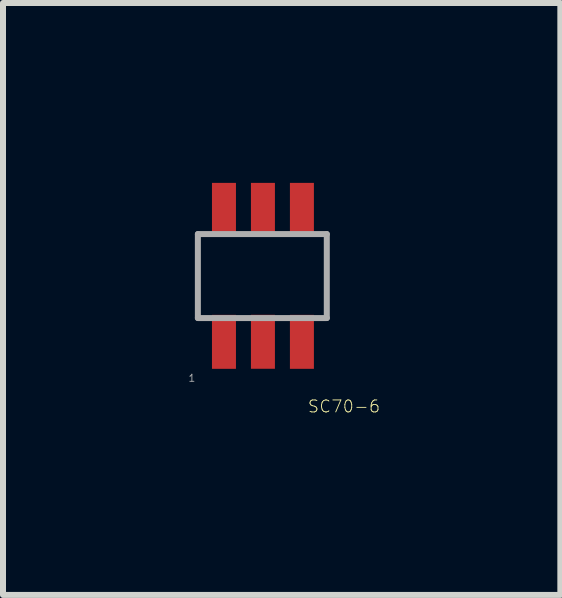
<source format=kicad_pcb>
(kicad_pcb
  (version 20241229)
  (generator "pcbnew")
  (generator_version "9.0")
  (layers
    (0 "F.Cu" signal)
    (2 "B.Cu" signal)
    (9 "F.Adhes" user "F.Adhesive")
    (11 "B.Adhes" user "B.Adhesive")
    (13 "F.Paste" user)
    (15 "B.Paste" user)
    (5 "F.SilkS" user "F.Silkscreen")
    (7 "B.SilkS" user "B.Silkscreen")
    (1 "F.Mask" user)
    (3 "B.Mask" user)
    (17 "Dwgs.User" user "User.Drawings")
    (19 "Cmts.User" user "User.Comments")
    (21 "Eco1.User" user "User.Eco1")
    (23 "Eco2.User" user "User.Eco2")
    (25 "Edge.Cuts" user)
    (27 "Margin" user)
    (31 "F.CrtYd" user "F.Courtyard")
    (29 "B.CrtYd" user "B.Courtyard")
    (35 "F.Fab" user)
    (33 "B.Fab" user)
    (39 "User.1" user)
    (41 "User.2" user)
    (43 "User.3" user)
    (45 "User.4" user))
  (footprint "SC70-6"
    (layer "F.Cu")
    (at 0.25 2.254)
    (property "Reference" "SC70-6" (at 2.437 1.474 0) (layer "F.SilkS") (effects (font (size 0.2 0.2) (thickness 0.015))))
    (attr through_hole)
    (fp_line (start 0 -1.4) (end 0 0) (stroke (width 0.1) (type solid)) (layer "F.Fab"))
    (fp_line (start 0 0) (end 2.15 0) (stroke (width 0.1) (type solid)) (layer "F.Fab"))
    (fp_line (start 2.15 -1.4) (end 0 -1.4) (stroke (width 0.1) (type solid)) (layer "F.Fab"))
    (fp_line (start 2.15 0) (end 2.15 -1.4) (stroke (width 0.1) (type solid)) (layer "F.Fab"))
    (fp_text user "1" (at -0.1 1.001 0) (layer "F.Fab") (effects (font (size 0.118 0.118) (thickness 0.015))))
    (pad "1" smd rect (at 0.435 0.397) (size 0.4 0.9) (layers "F.Cu" "F.Mask" "F.Paste"))
    (pad "2" smd rect (at 1.085 0.396) (size 0.4 0.9) (layers "F.Cu" "F.Mask" "F.Paste"))
    (pad "3" smd rect (at 1.735 0.397) (size 0.4 0.9) (layers "F.Cu" "F.Mask" "F.Paste"))
    (pad "4" smd rect (at 1.735 -1.804) (size 0.4 0.9) (layers "F.Cu" "F.Mask" "F.Paste"))
    (pad "5" smd rect (at 1.085 -1.804) (size 0.4 0.9) (layers "F.Cu" "F.Mask" "F.Paste"))
    (pad "6" smd rect (at 0.435 -1.804) (size 0.4 0.9) (layers "F.Cu" "F.Mask" "F.Paste")))
  (gr_rect
    (start -3 -3)
    (end 6.295 6.872)
    (stroke (width 0.1) (type default))
    (fill no)
    (layer "Edge.Cuts")))
</source>
